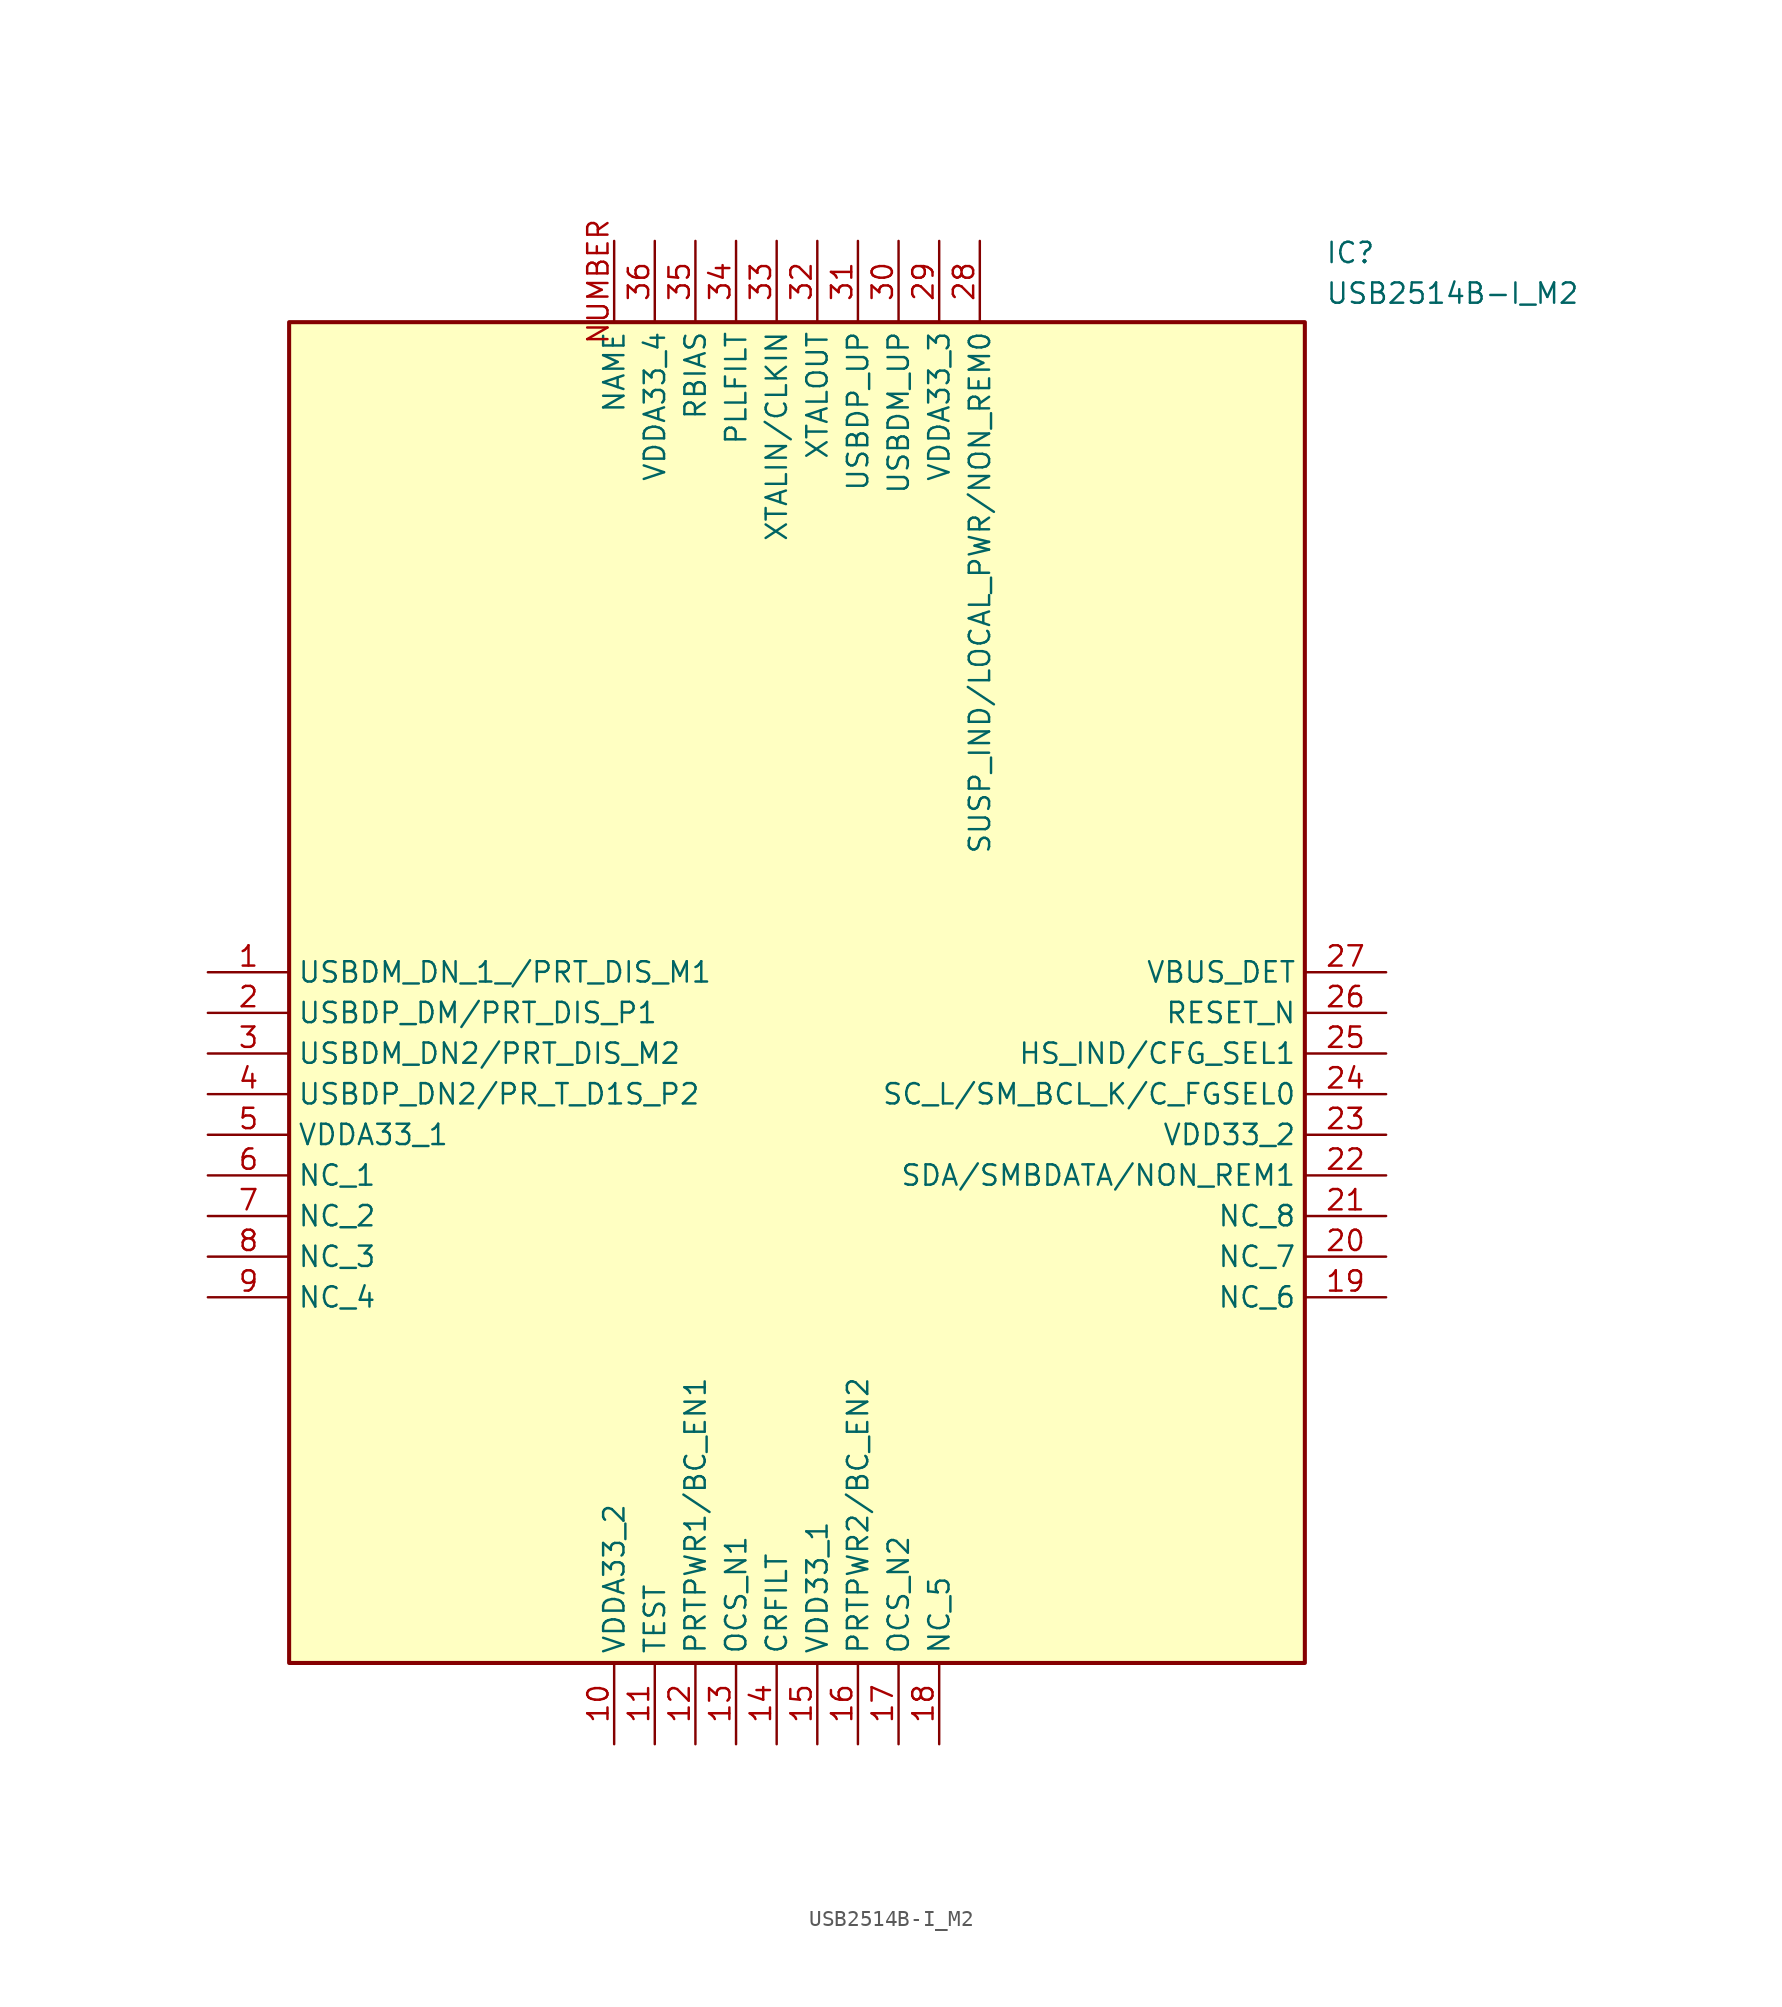
<source format=kicad_sym>
(kicad_symbol_lib
  (version 20211014)
  (generator SamacSys_ECAD_Model)
  (symbol "USB2514B-I_M2"
    (property "Reference" "IC"
      (at 69.85 45.72 0)
      (effects (font (size 1.27 1.27)) (justify left top)))
    (property "Value" "USB2514B-I_M2"
      (at 69.85 43.18 0)
      (effects (font (size 1.27 1.27)) (justify left top)))
    (rectangle
      (start 5.08 40.64)
      (end 68.58 -43.18)
      (stroke (width 0.254) (type default))
      (fill (type background)))
    (pin passive line
      (at 0 0 0)
      (length 5.08)
      (name "USBDM_DN_1_/PRT_DIS_M1" (effects (font (size 1.27 1.27))))
      (number "1" (effects (font (size 1.27 1.27)))))
    (pin passive line
      (at 0 -2.54 0)
      (length 5.08)
      (name "USBDP_DM/PRT_DIS_P1" (effects (font (size 1.27 1.27))))
      (number "2" (effects (font (size 1.27 1.27)))))
    (pin passive line
      (at 0 -5.08 0)
      (length 5.08)
      (name "USBDM_DN2/PRT_DIS_M2" (effects (font (size 1.27 1.27))))
      (number "3" (effects (font (size 1.27 1.27)))))
    (pin passive line
      (at 0 -7.62 0)
      (length 5.08)
      (name "USBDP_DN2/PR_T_D1S_P2" (effects (font (size 1.27 1.27))))
      (number "4" (effects (font (size 1.27 1.27)))))
    (pin passive line
      (at 0 -10.16 0)
      (length 5.08)
      (name "VDDA33_1" (effects (font (size 1.27 1.27))))
      (number "5" (effects (font (size 1.27 1.27)))))
    (pin passive line
      (at 0 -12.7 0)
      (length 5.08)
      (name "NC_1" (effects (font (size 1.27 1.27))))
      (number "6" (effects (font (size 1.27 1.27)))))
    (pin passive line
      (at 0 -15.24 0)
      (length 5.08)
      (name "NC_2" (effects (font (size 1.27 1.27))))
      (number "7" (effects (font (size 1.27 1.27)))))
    (pin passive line
      (at 0 -17.78 0)
      (length 5.08)
      (name "NC_3" (effects (font (size 1.27 1.27))))
      (number "8" (effects (font (size 1.27 1.27)))))
    (pin passive line
      (at 0 -20.32 0)
      (length 5.08)
      (name "NC_4" (effects (font (size 1.27 1.27))))
      (number "9" (effects (font (size 1.27 1.27)))))
    (pin passive line
      (at 25.4 -48.26 90)
      (length 5.08)
      (name "VDDA33_2" (effects (font (size 1.27 1.27))))
      (number "10" (effects (font (size 1.27 1.27)))))
    (pin passive line
      (at 27.94 -48.26 90)
      (length 5.08)
      (name "TEST" (effects (font (size 1.27 1.27))))
      (number "11" (effects (font (size 1.27 1.27)))))
    (pin passive line
      (at 30.48 -48.26 90)
      (length 5.08)
      (name "PRTPWR1/BC_EN1" (effects (font (size 1.27 1.27))))
      (number "12" (effects (font (size 1.27 1.27)))))
    (pin passive line
      (at 33.02 -48.26 90)
      (length 5.08)
      (name "OCS_N1" (effects (font (size 1.27 1.27))))
      (number "13" (effects (font (size 1.27 1.27)))))
    (pin passive line
      (at 35.56 -48.26 90)
      (length 5.08)
      (name "CRFILT" (effects (font (size 1.27 1.27))))
      (number "14" (effects (font (size 1.27 1.27)))))
    (pin passive line
      (at 38.1 -48.26 90)
      (length 5.08)
      (name "VDD33_1" (effects (font (size 1.27 1.27))))
      (number "15" (effects (font (size 1.27 1.27)))))
    (pin passive line
      (at 40.64 -48.26 90)
      (length 5.08)
      (name "PRTPWR2/BC_EN2" (effects (font (size 1.27 1.27))))
      (number "16" (effects (font (size 1.27 1.27)))))
    (pin passive line
      (at 43.18 -48.26 90)
      (length 5.08)
      (name "OCS_N2" (effects (font (size 1.27 1.27))))
      (number "17" (effects (font (size 1.27 1.27)))))
    (pin passive line
      (at 45.72 -48.26 90)
      (length 5.08)
      (name "NC_5" (effects (font (size 1.27 1.27))))
      (number "18" (effects (font (size 1.27 1.27)))))
    (pin passive line
      (at 73.66 0 180)
      (length 5.08)
      (name "VBUS_DET" (effects (font (size 1.27 1.27))))
      (number "27" (effects (font (size 1.27 1.27)))))
    (pin passive line
      (at 73.66 -2.54 180)
      (length 5.08)
      (name "RESET_N" (effects (font (size 1.27 1.27))))
      (number "26" (effects (font (size 1.27 1.27)))))
    (pin passive line
      (at 73.66 -5.08 180)
      (length 5.08)
      (name "HS_IND/CFG_SEL1" (effects (font (size 1.27 1.27))))
      (number "25" (effects (font (size 1.27 1.27)))))
    (pin passive line
      (at 73.66 -7.62 180)
      (length 5.08)
      (name "SC_L/SM_BCL_K/C_FGSEL0" (effects (font (size 1.27 1.27))))
      (number "24" (effects (font (size 1.27 1.27)))))
    (pin passive line
      (at 73.66 -10.16 180)
      (length 5.08)
      (name "VDD33_2" (effects (font (size 1.27 1.27))))
      (number "23" (effects (font (size 1.27 1.27)))))
    (pin passive line
      (at 73.66 -12.7 180)
      (length 5.08)
      (name "SDA/SMBDATA/NON_REM1" (effects (font (size 1.27 1.27))))
      (number "22" (effects (font (size 1.27 1.27)))))
    (pin passive line
      (at 73.66 -15.24 180)
      (length 5.08)
      (name "NC_8" (effects (font (size 1.27 1.27))))
      (number "21" (effects (font (size 1.27 1.27)))))
    (pin passive line
      (at 73.66 -17.78 180)
      (length 5.08)
      (name "NC_7" (effects (font (size 1.27 1.27))))
      (number "20" (effects (font (size 1.27 1.27)))))
    (pin passive line
      (at 73.66 -20.32 180)
      (length 5.08)
      (name "NC_6" (effects (font (size 1.27 1.27))))
      (number "19" (effects (font (size 1.27 1.27)))))
    (pin passive line
      (at 25.4 45.72 270)
      (length 5.08)
      (name "NAME" (effects (font (size 1.27 1.27))))
      (number "NUMBER" (effects (font (size 1.27 1.27)))))
    (pin passive line
      (at 27.94 45.72 270)
      (length 5.08)
      (name "VDDA33_4" (effects (font (size 1.27 1.27))))
      (number "36" (effects (font (size 1.27 1.27)))))
    (pin passive line
      (at 30.48 45.72 270)
      (length 5.08)
      (name "RBIAS" (effects (font (size 1.27 1.27))))
      (number "35" (effects (font (size 1.27 1.27)))))
    (pin passive line
      (at 33.02 45.72 270)
      (length 5.08)
      (name "PLLFILT" (effects (font (size 1.27 1.27))))
      (number "34" (effects (font (size 1.27 1.27)))))
    (pin passive line
      (at 35.56 45.72 270)
      (length 5.08)
      (name "XTALIN/CLKIN" (effects (font (size 1.27 1.27))))
      (number "33" (effects (font (size 1.27 1.27)))))
    (pin passive line
      (at 38.1 45.72 270)
      (length 5.08)
      (name "XTALOUT" (effects (font (size 1.27 1.27))))
      (number "32" (effects (font (size 1.27 1.27)))))
    (pin passive line
      (at 40.64 45.72 270)
      (length 5.08)
      (name "USBDP_UP" (effects (font (size 1.27 1.27))))
      (number "31" (effects (font (size 1.27 1.27)))))
    (pin passive line
      (at 43.18 45.72 270)
      (length 5.08)
      (name "USBDM_UP" (effects (font (size 1.27 1.27))))
      (number "30" (effects (font (size 1.27 1.27)))))
    (pin passive line
      (at 45.72 45.72 270)
      (length 5.08)
      (name "VDDA33_3" (effects (font (size 1.27 1.27))))
      (number "29" (effects (font (size 1.27 1.27)))))
    (pin passive line
      (at 48.26 45.72 270)
      (length 5.08)
      (name "SUSP_IND/LOCAL_PWR/NON_REM0" (effects (font (size 1.27 1.27))))
      (number "28" (effects (font (size 1.27 1.27)))))))
</source>
